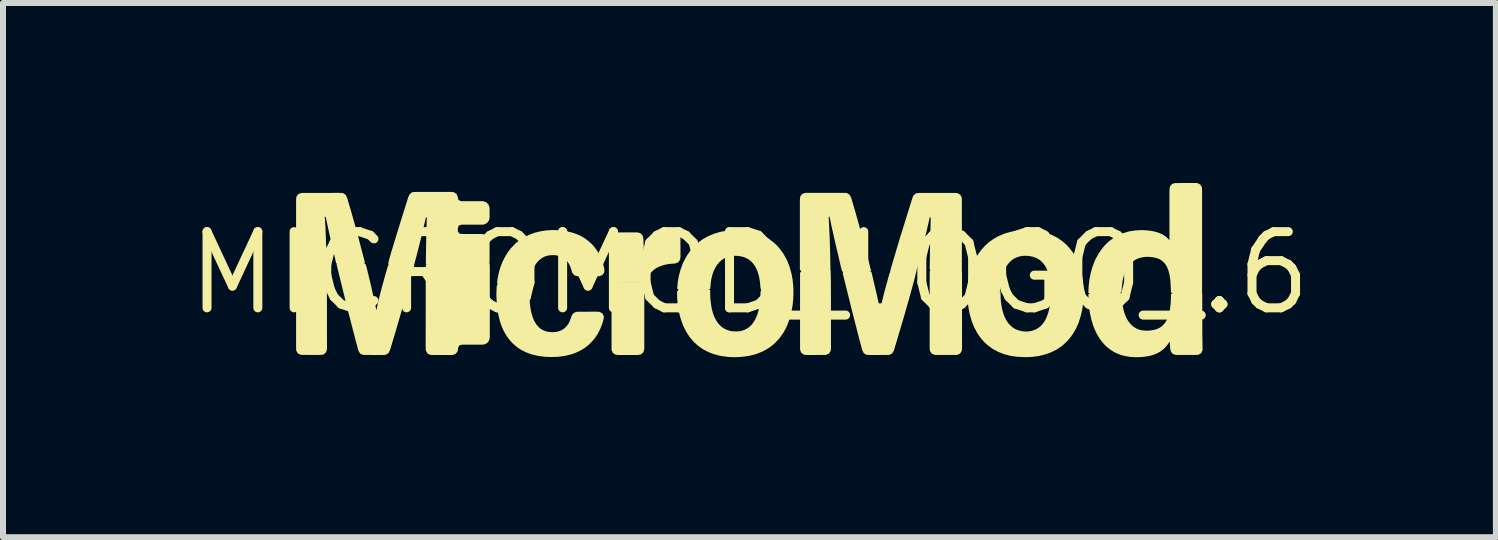
<source format=kicad_pcb>
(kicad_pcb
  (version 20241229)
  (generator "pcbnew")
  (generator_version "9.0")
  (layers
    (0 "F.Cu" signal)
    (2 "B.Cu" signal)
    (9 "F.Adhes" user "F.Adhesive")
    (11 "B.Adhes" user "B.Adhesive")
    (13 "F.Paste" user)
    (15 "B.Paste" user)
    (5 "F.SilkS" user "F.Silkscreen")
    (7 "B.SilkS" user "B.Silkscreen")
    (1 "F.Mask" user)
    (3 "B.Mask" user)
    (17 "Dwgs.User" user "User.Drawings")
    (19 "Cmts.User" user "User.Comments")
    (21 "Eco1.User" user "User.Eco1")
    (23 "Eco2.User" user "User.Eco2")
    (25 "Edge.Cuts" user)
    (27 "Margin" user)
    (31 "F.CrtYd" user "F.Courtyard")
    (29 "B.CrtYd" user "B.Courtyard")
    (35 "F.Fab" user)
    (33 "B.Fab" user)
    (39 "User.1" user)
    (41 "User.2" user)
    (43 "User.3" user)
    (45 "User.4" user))
  (footprint "MICROMOD_LOGO_.6"
    (layer "F.Cu")
    (at 9.442 1.501)
    (property "Reference" "MICROMOD_LOGO_.6" (at 0 0 0) (layer "F.SilkS") (effects (font (size 1.27 1.27) (thickness 0.15))))
    (fp_poly (pts (xy -7.047 -0.115) (xy -7.043 0.259) (xy -7.042 1.272) (xy -7.059 1.324) (xy -7.102 1.359) (xy -7.157 1.365) (xy -7.478 1.364) (xy -7.527 1.34) (xy -7.555 1.292) (xy -7.557 1.238) (xy -7.557 -0.152) (xy -7.069 -0.153)) (stroke (width 0) (type default)) (fill yes) (layer "F.SilkS"))
    (fp_poly (pts (xy 3.543 0.022) (xy 3.543 1.241) (xy 3.54 1.295) (xy 3.511 1.342) (xy 3.461 1.365) (xy 3.088 1.365) (xy 3.038 1.344) (xy 3.007 1.298) (xy 3.003 1.244) (xy 3.004 -0.032) (xy 3.059 -0.035) (xy 3.541 -0.035)) (stroke (width 0) (type default)) (fill yes) (layer "F.SilkS"))
    (fp_poly (pts (xy 1.356 0.075) (xy 1.358 0.394) (xy 1.358 1.242) (xy 1.355 1.296) (xy 1.325 1.342) (xy 1.275 1.365) (xy 0.956 1.366) (xy 0.902 1.359) (xy 0.859 1.324) (xy 0.843 1.272) (xy 0.843 -0.003) (xy 0.869 -0.035) (xy 1.353 -0.035)) (stroke (width 0) (type default)) (fill yes) (layer "F.SilkS"))
    (fp_poly (pts (xy -1.742 0.261) (xy -1.752 0.366) (xy -1.753 0.471) (xy -1.753 1.264) (xy -1.766 1.317) (xy -1.805 1.355) (xy -1.859 1.366) (xy -2.176 1.366) (xy -2.23 1.362) (xy -2.276 1.333) (xy -2.299 1.283) (xy -2.299 0.169) (xy -2.257 0.152) (xy -1.722 0.152)) (stroke (width 0) (type default)) (fill yes) (layer "F.SilkS"))
    (fp_poly (pts (xy -4.328 -0.095) (xy -4.328 1.07) (xy -4.339 1.123) (xy -4.372 1.167) (xy -4.422 1.191) (xy -4.476 1.194) (xy -4.793 1.194) (xy -4.839 1.207) (xy -4.858 1.251) (xy -4.863 1.303) (xy -4.897 1.347) (xy -4.948 1.366) (xy -5.267 1.366) (xy -5.321 1.364) (xy -5.369 1.338) (xy -5.395 1.289) (xy -5.397 1.235) (xy -5.396 0.176) (xy -5.394 -0.146) (xy -5.342 -0.152) (xy -4.331 -0.152)) (stroke (width 0) (type default)) (fill yes) (layer "F.SilkS"))
    (fp_poly (pts (xy -6.777 -1.333) (xy -6.731 -1.304) (xy -6.707 -1.256) (xy -6.632 -1.002) (xy -6.533 -0.646) (xy -6.412 -0.185) (xy -6.417 -0.142) (xy -6.845 -0.142) (xy -6.888 -0.16) (xy -6.996 -0.625) (xy -7.063 -0.933) (xy -7.079 -0.941) (xy -7.069 -0.792) (xy -7.06 -0.581) (xy -7.048 -0.155) (xy -7.093 -0.142) (xy -7.518 -0.142) (xy -7.557 -0.162) (xy -7.557 -1.221) (xy -7.551 -1.275) (xy -7.517 -1.318) (xy -7.466 -1.335) (xy -6.831 -1.336)) (stroke (width 0) (type default)) (fill yes) (layer "F.SilkS"))
    (fp_poly (pts (xy 3.463 -1.333) (xy 3.512 -1.307) (xy 3.538 -1.259) (xy 3.54 -1.205) (xy 3.54 -0.038) (xy 3.495 -0.024) (xy 3.015 -0.024) (xy 3.004 -0.071) (xy 3.011 -0.547) (xy 3.021 -0.916) (xy 3.008 -0.937) (xy 2.998 -0.899) (xy 2.951 -0.693) (xy 2.9 -0.487) (xy 2.834 -0.231) (xy 2.779 -0.024) (xy 2.346 -0.024) (xy 2.357 -0.077) (xy 2.508 -0.584) (xy 2.712 -1.241) (xy 2.732 -1.291) (xy 2.774 -1.328) (xy 2.827 -1.335) (xy 3.409 -1.335)) (stroke (width 0) (type default)) (fill yes) (layer "F.SilkS"))
    (fp_poly (pts (xy 1.621 -1.335) (xy 1.668 -1.307) (xy 1.694 -1.259) (xy 1.769 -1.005) (xy 1.868 -0.648) (xy 1.95 -0.341) (xy 2.029 -0.028) (xy 1.973 -0.025) (xy 1.546 -0.025) (xy 1.53 -0.079) (xy 1.433 -0.491) (xy 1.375 -0.749) (xy 1.333 -0.946) (xy 1.32 -0.929) (xy 1.326 -0.826) (xy 1.338 -0.561) (xy 1.347 -0.244) (xy 1.35 -0.027) (xy 1.294 -0.026) (xy 0.869 -0.026) (xy 0.84 -0.056) (xy 0.84 -1.222) (xy 0.846 -1.276) (xy 0.88 -1.319) (xy 0.931 -1.336) (xy 1.567 -1.336)) (stroke (width 0) (type default)) (fill yes) (layer "F.SilkS"))
    (fp_poly (pts (xy 2.033 -0.017) (xy 2.119 0.346) (xy 2.174 0.604) (xy 2.179 0.616) (xy 2.186 0.579) (xy 2.209 0.476) (xy 2.247 0.321) (xy 2.331 0.015) (xy 2.35 -0.035) (xy 2.783 -0.035) (xy 2.744 0.125) (xy 2.688 0.329) (xy 2.587 0.686) (xy 2.497 0.99) (xy 2.406 1.295) (xy 2.377 1.341) (xy 2.328 1.365) (xy 2.009 1.366) (xy 1.955 1.364) (xy 1.907 1.338) (xy 1.881 1.291) (xy 1.813 1.034) (xy 1.708 0.624) (xy 1.555 0.007) (xy 1.562 -0.035) (xy 1.99 -0.035)) (stroke (width 0) (type default)) (fill yes) (layer "F.SilkS"))
    (fp_poly (pts (xy -5.584 -0.143) (xy -5.682 0.22) (xy -5.783 0.577) (xy -5.901 0.984) (xy -5.993 1.289) (xy -6.019 1.336) (xy -6.066 1.364) (xy -6.121 1.366) (xy -6.439 1.365) (xy -6.489 1.342) (xy -6.518 1.296) (xy -6.586 1.04) (xy -6.705 0.578) (xy -6.883 -0.148) (xy -6.829 -0.152) (xy -6.401 -0.152) (xy -6.383 -0.099) (xy -6.32 0.159) (xy -6.25 0.469) (xy -6.22 0.615) (xy -6.216 0.61) (xy -6.194 0.507) (xy -6.17 0.404) (xy -6.13 0.25) (xy -6.074 0.046) (xy -6.03 -0.108) (xy -6.006 -0.152) (xy -5.632 -0.152)) (stroke (width 0) (type default)) (fill yes) (layer "F.SilkS"))
    (fp_poly (pts (xy -4.928 -1.348) (xy -4.882 -1.317) (xy -4.862 -1.267) (xy -4.851 -1.218) (xy -4.808 -1.198) (xy -4.437 -1.197) (xy -4.386 -1.179) (xy -4.348 -1.139) (xy -4.332 -1.087) (xy -4.331 -0.927) (xy -4.343 -0.874) (xy -4.378 -0.831) (xy -4.428 -0.808) (xy -4.482 -0.806) (xy -4.799 -0.806) (xy -4.845 -0.792) (xy -4.861 -0.747) (xy -4.861 -0.696) (xy -4.834 -0.657) (xy -4.785 -0.651) (xy -4.467 -0.651) (xy -4.414 -0.644) (xy -4.367 -0.616) (xy -4.338 -0.569) (xy -4.332 -0.515) (xy -4.332 -0.197) (xy -4.335 -0.142) (xy -5.348 -0.142) (xy -5.394 -0.154) (xy -5.389 -0.529) (xy -5.379 -0.9) (xy -5.379 -0.937) (xy -5.396 -0.916) (xy -5.468 -0.608) (xy -5.533 -0.35) (xy -5.588 -0.142) (xy -6.022 -0.142) (xy -6.012 -0.201) (xy -5.999 -0.252) (xy -5.969 -0.354) (xy -5.845 -0.76) (xy -5.687 -1.266) (xy -5.664 -1.315) (xy -5.62 -1.348) (xy -5.565 -1.352) (xy -4.982 -1.352)) (stroke (width 0) (type default)) (fill yes) (layer "F.SilkS"))
    (fp_poly (pts (xy -1.187 -0.689) (xy -1.155 -0.644) (xy -1.151 -0.59) (xy -1.15 -0.274) (xy -1.157 -0.221) (xy -1.19 -0.177) (xy -1.241 -0.159) (xy -1.294 -0.156) (xy -1.346 -0.15) (xy -1.398 -0.141) (xy -1.448 -0.128) (xy -1.497 -0.11) (xy -1.544 -0.088) (xy -1.587 -0.059) (xy -1.626 -0.025) (xy -1.659 0.015) (xy -1.687 0.059) (xy -1.709 0.106) (xy -1.726 0.159) (xy -1.78 0.162) (xy -2.255 0.162) (xy -2.302 0.152) (xy -2.303 -0.379) (xy -2.307 -0.59) (xy -2.288 -0.641) (xy -2.243 -0.673) (xy -2.19 -0.678) (xy -1.873 -0.678) (xy -1.82 -0.666) (xy -1.782 -0.627) (xy -1.769 -0.575) (xy -1.764 -0.469) (xy -1.763 -0.364) (xy -1.762 -0.341) (xy -1.748 -0.371) (xy -1.722 -0.417) (xy -1.692 -0.46) (xy -1.658 -0.501) (xy -1.621 -0.539) (xy -1.581 -0.574) (xy -1.538 -0.604) (xy -1.492 -0.632) (xy -1.444 -0.654) (xy -1.394 -0.673) (xy -1.343 -0.687) (xy -1.291 -0.698) (xy -1.238 -0.705)) (stroke (width 0) (type default)) (fill yes) (layer "F.SilkS"))
    (fp_poly (pts (xy -3.161 -0.712) (xy -3.056 -0.698) (xy -2.954 -0.674) (xy -2.903 -0.657) (xy -2.854 -0.637) (xy -2.806 -0.614) (xy -2.76 -0.588) (xy -2.716 -0.558) (xy -2.675 -0.525) (xy -2.635 -0.49) (xy -2.599 -0.451) (xy -2.566 -0.409) (xy -2.536 -0.366) (xy -2.509 -0.32) (xy -2.484 -0.273) (xy -2.464 -0.224) (xy -2.446 -0.174) (xy -2.432 -0.123) (xy -2.42 -0.071) (xy -2.419 -0.017) (xy -2.447 0.029) (xy -2.497 0.052) (xy -2.55 0.053) (xy -2.867 0.053) (xy -2.919 0.038) (xy -2.954 -0.004) (xy -2.969 -0.056) (xy -2.985 -0.105) (xy -3.008 -0.152) (xy -3.037 -0.195) (xy -3.073 -0.232) (xy -3.116 -0.261) (xy -3.163 -0.282) (xy -3.213 -0.294) (xy -3.265 -0.299) (xy -3.317 -0.297) (xy -3.368 -0.289) (xy -3.418 -0.273) (xy -3.463 -0.248) (xy -3.504 -0.216) (xy -3.54 -0.179) (xy -3.57 -0.136) (xy -3.594 -0.09) (xy -3.614 -0.042) (xy -3.63 0.008) (xy -3.642 0.059) (xy -3.651 0.11) (xy -3.658 0.165) (xy -3.694 0.189) (xy -4.171 0.189) (xy -4.208 0.169) (xy -4.201 0.113) (xy -4.182 0.009) (xy -4.153 -0.093) (xy -4.115 -0.191) (xy -4.066 -0.285) (xy -4.038 -0.33) (xy -4.008 -0.373) (xy -3.975 -0.415) (xy -3.901 -0.492) (xy -3.818 -0.557) (xy -3.773 -0.585) (xy -3.727 -0.611) (xy -3.679 -0.635) (xy -3.58 -0.672) (xy -3.478 -0.697) (xy -3.373 -0.712) (xy -3.267 -0.717)) (stroke (width 0) (type default)) (fill yes) (layer "F.SilkS"))
    (fp_poly (pts (xy -0.112 -0.711) (xy -0.007 -0.697) (xy 0.097 -0.673) (xy 0.198 -0.636) (xy 0.293 -0.589) (xy 0.338 -0.559) (xy 0.381 -0.527) (xy 0.422 -0.493) (xy 0.46 -0.456) (xy 0.496 -0.416) (xy 0.56 -0.331) (xy 0.613 -0.238) (xy 0.636 -0.189) (xy 0.655 -0.14) (xy 0.673 -0.09) (xy 0.701 0.013) (xy 0.72 0.118) (xy 0.73 0.225) (xy 0.732 0.283) (xy 0.676 0.285) (xy 0.193 0.285) (xy 0.182 0.236) (xy 0.178 0.183) (xy 0.172 0.131) (xy 0.163 0.079) (xy 0.151 0.027) (xy 0.135 -0.023) (xy 0.115 -0.072) (xy 0.09 -0.118) (xy 0.06 -0.16) (xy 0.024 -0.198) (xy -0.018 -0.23) (xy -0.064 -0.254) (xy -0.114 -0.272) (xy -0.165 -0.282) (xy -0.217 -0.287) (xy -0.27 -0.287) (xy -0.322 -0.28) (xy -0.372 -0.266) (xy -0.42 -0.245) (xy -0.464 -0.216) (xy -0.503 -0.181) (xy -0.537 -0.141) (xy -0.565 -0.097) (xy -0.589 -0.05) (xy -0.609 -0.001) (xy -0.624 0.049) (xy -0.636 0.101) (xy -0.644 0.153) (xy -0.654 0.261) (xy -0.689 0.285) (xy -1.171 0.285) (xy -1.205 0.26) (xy -1.195 0.151) (xy -1.177 0.046) (xy -1.149 -0.057) (xy -1.112 -0.157) (xy -1.089 -0.205) (xy -1.064 -0.252) (xy -1.037 -0.299) (xy -0.976 -0.386) (xy -0.903 -0.464) (xy -0.863 -0.5) (xy -0.822 -0.533) (xy -0.778 -0.564) (xy -0.732 -0.591) (xy -0.685 -0.616) (xy -0.586 -0.657) (xy -0.484 -0.687) (xy -0.431 -0.697) (xy -0.326 -0.711) (xy -0.219 -0.717)) (stroke (width 0) (type default)) (fill yes) (layer "F.SilkS"))
    (fp_poly (pts (xy 5.569 0.409) (xy 5.56 0.515) (xy 5.544 0.62) (xy 5.519 0.723) (xy 5.487 0.825) (xy 5.444 0.922) (xy 5.391 1.014) (xy 5.36 1.058) (xy 5.327 1.099) (xy 5.291 1.139) (xy 5.253 1.176) (xy 5.213 1.211) (xy 5.125 1.272) (xy 5.03 1.32) (xy 4.93 1.356) (xy 4.827 1.382) (xy 4.721 1.397) (xy 4.615 1.402) (xy 4.562 1.401) (xy 4.456 1.395) (xy 4.35 1.38) (xy 4.299 1.366) (xy 4.247 1.353) (xy 4.148 1.315) (xy 4.054 1.264) (xy 3.968 1.201) (xy 3.929 1.165) (xy 3.892 1.127) (xy 3.857 1.086) (xy 3.826 1.043) (xy 3.796 0.999) (xy 3.746 0.905) (xy 3.706 0.806) (xy 3.676 0.704) (xy 3.664 0.653) (xy 3.646 0.548) (xy 3.636 0.442) (xy 3.631 0.335) (xy 3.654 0.298) (xy 4.134 0.298) (xy 4.183 0.307) (xy 4.187 0.417) (xy 4.19 0.47) (xy 4.197 0.522) (xy 4.206 0.574) (xy 4.217 0.625) (xy 4.232 0.676) (xy 4.25 0.725) (xy 4.273 0.772) (xy 4.3 0.817) (xy 4.333 0.858) (xy 4.371 0.894) (xy 4.413 0.924) (xy 4.46 0.947) (xy 4.51 0.963) (xy 4.561 0.972) (xy 4.613 0.975) (xy 4.666 0.971) (xy 4.717 0.961) (xy 4.766 0.942) (xy 4.811 0.917) (xy 4.852 0.885) (xy 4.888 0.847) (xy 4.918 0.804) (xy 4.943 0.758) (xy 4.963 0.709) (xy 4.98 0.66) (xy 4.993 0.609) (xy 5.003 0.557) (xy 5.011 0.505) (xy 5.02 0.4) (xy 5.022 0.346) (xy 5.032 0.298) (xy 5.571 0.298)) (stroke (width 0) (type default)) (fill yes) (layer "F.SilkS"))
    (fp_poly (pts (xy 7.465 -1.5) (xy 7.514 -1.475) (xy 7.542 -1.427) (xy 7.544 -1.373) (xy 7.544 0.328) (xy 7.496 0.339) (xy 7.07 0.339) (xy 7.025 0.325) (xy 7.024 0.269) (xy 7.018 0.163) (xy 7.014 0.11) (xy 7.006 0.058) (xy 6.996 0.006) (xy 6.982 -0.044) (xy 6.963 -0.093) (xy 6.938 -0.139) (xy 6.905 -0.179) (xy 6.865 -0.213) (xy 6.82 -0.238) (xy 6.77 -0.254) (xy 6.719 -0.264) (xy 6.667 -0.269) (xy 6.614 -0.27) (xy 6.562 -0.265) (xy 6.511 -0.254) (xy 6.461 -0.236) (xy 6.415 -0.212) (xy 6.374 -0.18) (xy 6.337 -0.143) (xy 6.306 -0.101) (xy 6.279 -0.056) (xy 6.258 -0.008) (xy 6.24 0.042) (xy 6.227 0.093) (xy 6.217 0.144) (xy 6.21 0.197) (xy 6.205 0.249) (xy 6.203 0.303) (xy 6.179 0.339) (xy 5.699 0.339) (xy 5.648 0.332) (xy 5.653 0.221) (xy 5.659 0.168) (xy 5.665 0.115) (xy 5.685 0.011) (xy 5.713 -0.092) (xy 5.75 -0.191) (xy 5.772 -0.24) (xy 5.824 -0.333) (xy 5.886 -0.42) (xy 5.921 -0.46) (xy 5.959 -0.498) (xy 5.998 -0.534) (xy 6.085 -0.596) (xy 6.131 -0.622) (xy 6.179 -0.645) (xy 6.229 -0.665) (xy 6.331 -0.695) (xy 6.437 -0.711) (xy 6.543 -0.716) (xy 6.596 -0.713) (xy 6.649 -0.709) (xy 6.702 -0.702) (xy 6.754 -0.691) (xy 6.806 -0.676) (xy 6.856 -0.657) (xy 6.903 -0.632) (xy 6.947 -0.601) (xy 7 -0.548) (xy 7 -1.385) (xy 7.007 -1.439) (xy 7.041 -1.483) (xy 7.092 -1.5) (xy 7.411 -1.501)) (stroke (width 0) (type default)) (fill yes) (layer "F.SilkS"))
    (fp_poly (pts (xy 4.726 -0.711) (xy 4.831 -0.697) (xy 4.935 -0.673) (xy 5.035 -0.637) (xy 5.131 -0.589) (xy 5.218 -0.528) (xy 5.259 -0.493) (xy 5.297 -0.457) (xy 5.333 -0.417) (xy 5.398 -0.332) (xy 5.45 -0.24) (xy 5.473 -0.191) (xy 5.493 -0.142) (xy 5.511 -0.092) (xy 5.539 0.011) (xy 5.549 0.063) (xy 5.558 0.116) (xy 5.568 0.222) (xy 5.57 0.277) (xy 5.544 0.308) (xy 5.063 0.308) (xy 5.022 0.29) (xy 5.017 0.182) (xy 5.01 0.129) (xy 5.001 0.077) (xy 4.989 0.026) (xy 4.973 -0.024) (xy 4.953 -0.073) (xy 4.928 -0.119) (xy 4.897 -0.161) (xy 4.861 -0.199) (xy 4.82 -0.23) (xy 4.774 -0.254) (xy 4.724 -0.272) (xy 4.673 -0.282) (xy 4.621 -0.287) (xy 4.568 -0.287) (xy 4.516 -0.28) (xy 4.466 -0.266) (xy 4.418 -0.245) (xy 4.375 -0.217) (xy 4.336 -0.182) (xy 4.302 -0.142) (xy 4.273 -0.098) (xy 4.249 -0.051) (xy 4.23 -0.002) (xy 4.215 0.048) (xy 4.203 0.099) (xy 4.194 0.151) (xy 4.188 0.204) (xy 4.184 0.257) (xy 4.176 0.308) (xy 3.637 0.308) (xy 3.634 0.255) (xy 3.643 0.148) (xy 3.652 0.096) (xy 3.662 0.044) (xy 3.676 -0.008) (xy 3.69 -0.059) (xy 3.708 -0.109) (xy 3.728 -0.159) (xy 3.75 -0.207) (xy 3.802 -0.3) (xy 3.864 -0.387) (xy 3.936 -0.465) (xy 3.976 -0.501) (xy 4.018 -0.534) (xy 4.062 -0.564) (xy 4.107 -0.592) (xy 4.154 -0.617) (xy 4.253 -0.658) (xy 4.355 -0.687) (xy 4.407 -0.697) (xy 4.513 -0.711) (xy 4.619 -0.717)) (stroke (width 0) (type default)) (fill yes) (layer "F.SilkS"))
    (fp_poly (pts (xy 6.204 0.343) (xy 6.205 0.399) (xy 6.215 0.504) (xy 6.223 0.556) (xy 6.233 0.608) (xy 6.247 0.658) (xy 6.265 0.708) (xy 6.286 0.756) (xy 6.313 0.801) (xy 6.344 0.842) (xy 6.381 0.879) (xy 6.423 0.91) (xy 6.469 0.934) (xy 6.519 0.95) (xy 6.57 0.958) (xy 6.623 0.961) (xy 6.675 0.958) (xy 6.727 0.951) (xy 6.778 0.938) (xy 6.826 0.918) (xy 6.869 0.89) (xy 6.907 0.854) (xy 6.938 0.813) (xy 6.963 0.767) (xy 6.982 0.718) (xy 6.997 0.668) (xy 7.007 0.616) (xy 7.014 0.564) (xy 7.02 0.512) (xy 7.025 0.406) (xy 7.026 0.351) (xy 7.062 0.328) (xy 7.545 0.328) (xy 7.547 0.386) (xy 7.548 1.021) (xy 7.552 1.287) (xy 7.528 1.336) (xy 7.48 1.363) (xy 7.426 1.365) (xy 7.107 1.365) (xy 7.056 1.348) (xy 7.022 1.305) (xy 7.012 1.252) (xy 7.005 1.15) (xy 6.999 1.148) (xy 6.972 1.189) (xy 6.938 1.231) (xy 6.9 1.269) (xy 6.858 1.301) (xy 6.812 1.329) (xy 6.764 1.351) (xy 6.713 1.369) (xy 6.662 1.382) (xy 6.609 1.391) (xy 6.557 1.398) (xy 6.504 1.401) (xy 6.45 1.403) (xy 6.344 1.398) (xy 6.24 1.379) (xy 6.188 1.364) (xy 6.139 1.345) (xy 6.09 1.323) (xy 6.044 1.296) (xy 6 1.266) (xy 5.958 1.233) (xy 5.92 1.196) (xy 5.885 1.156) (xy 5.851 1.115) (xy 5.795 1.025) (xy 5.771 0.977) (xy 5.75 0.928) (xy 5.73 0.879) (xy 5.699 0.777) (xy 5.676 0.674) (xy 5.661 0.569) (xy 5.652 0.463) (xy 5.649 0.355) (xy 5.682 0.328) (xy 6.16 0.328)) (stroke (width 0) (type default)) (fill yes) (layer "F.SilkS"))
    (fp_poly (pts (xy -3.666 0.237) (xy -3.668 0.343) (xy -3.667 0.396) (xy -3.661 0.501) (xy -3.655 0.554) (xy -3.646 0.606) (xy -3.636 0.657) (xy -3.622 0.708) (xy -3.605 0.758) (xy -3.583 0.806) (xy -3.556 0.851) (xy -3.523 0.891) (xy -3.485 0.926) (xy -3.44 0.953) (xy -3.392 0.972) (xy -3.341 0.982) (xy -3.288 0.986) (xy -3.236 0.983) (xy -3.185 0.973) (xy -3.136 0.955) (xy -3.092 0.928) (xy -3.054 0.893) (xy -3.022 0.851) (xy -2.998 0.805) (xy -2.978 0.756) (xy -2.961 0.705) (xy -2.927 0.662) (xy -2.875 0.645) (xy -2.556 0.644) (xy -2.502 0.646) (xy -2.453 0.671) (xy -2.427 0.72) (xy -2.433 0.774) (xy -2.447 0.826) (xy -2.465 0.876) (xy -2.485 0.925) (xy -2.508 0.973) (xy -2.534 1.02) (xy -2.563 1.065) (xy -2.595 1.107) (xy -2.631 1.147) (xy -2.668 1.185) (xy -2.709 1.22) (xy -2.752 1.252) (xy -2.797 1.28) (xy -2.844 1.305) (xy -2.893 1.327) (xy -2.943 1.346) (xy -2.994 1.361) (xy -3.045 1.374) (xy -3.098 1.384) (xy -3.203 1.397) (xy -3.31 1.4) (xy -3.416 1.395) (xy -3.522 1.381) (xy -3.625 1.357) (xy -3.676 1.34) (xy -3.726 1.32) (xy -3.774 1.297) (xy -3.82 1.271) (xy -3.865 1.242) (xy -3.906 1.208) (xy -3.946 1.173) (xy -3.983 1.134) (xy -4.016 1.092) (xy -4.048 1.049) (xy -4.075 1.003) (xy -4.1 0.956) (xy -4.122 0.908) (xy -4.141 0.858) (xy -4.158 0.807) (xy -4.184 0.704) (xy -4.202 0.599) (xy -4.208 0.547) (xy -4.213 0.494) (xy -4.218 0.388) (xy -4.218 0.334) (xy -4.214 0.228) (xy -4.199 0.179) (xy -3.66 0.179)) (stroke (width 0) (type default)) (fill yes) (layer "F.SilkS"))
    (fp_poly (pts (xy 0.733 0.332) (xy 0.729 0.438) (xy 0.718 0.544) (xy 0.699 0.648) (xy 0.673 0.751) (xy 0.637 0.851) (xy 0.616 0.9) (xy 0.592 0.947) (xy 0.566 0.993) (xy 0.505 1.08) (xy 0.47 1.12) (xy 0.433 1.159) (xy 0.393 1.194) (xy 0.352 1.227) (xy 0.308 1.257) (xy 0.262 1.284) (xy 0.215 1.309) (xy 0.116 1.348) (xy 0.014 1.376) (xy -0.091 1.393) (xy -0.144 1.398) (xy -0.25 1.403) (xy -0.356 1.398) (xy -0.461 1.384) (xy -0.513 1.374) (xy -0.615 1.345) (xy -0.665 1.325) (xy -0.713 1.303) (xy -0.76 1.278) (xy -0.805 1.25) (xy -0.848 1.219) (xy -0.889 1.184) (xy -0.928 1.148) (xy -0.997 1.067) (xy -1.054 0.978) (xy -1.079 0.931) (xy -1.102 0.883) (xy -1.122 0.834) (xy -1.155 0.733) (xy -1.18 0.63) (xy -1.196 0.525) (xy -1.205 0.419) (xy -1.206 0.366) (xy -1.207 0.312) (xy -1.184 0.275) (xy -0.705 0.275) (xy -0.655 0.282) (xy -0.654 0.392) (xy -0.65 0.444) (xy -0.637 0.549) (xy -0.627 0.601) (xy -0.614 0.651) (xy -0.598 0.701) (xy -0.577 0.749) (xy -0.552 0.795) (xy -0.522 0.838) (xy -0.487 0.877) (xy -0.447 0.91) (xy -0.402 0.936) (xy -0.354 0.956) (xy -0.303 0.968) (xy -0.251 0.973) (xy -0.199 0.973) (xy -0.148 0.967) (xy -0.097 0.953) (xy -0.05 0.931) (xy -0.007 0.902) (xy 0.031 0.867) (xy 0.064 0.826) (xy 0.091 0.782) (xy 0.114 0.735) (xy 0.133 0.686) (xy 0.148 0.636) (xy 0.16 0.584) (xy 0.169 0.533) (xy 0.176 0.48) (xy 0.18 0.428) (xy 0.184 0.322) (xy 0.194 0.274) (xy 0.731 0.274)) (stroke (width 0) (type default)) (fill yes) (layer "F.SilkS")))
  (gr_rect
    (start -3 -3)
    (end 21.883 5.904)
    (stroke (width 0.1) (type default))
    (fill no)
    (layer "Edge.Cuts")))
</source>
